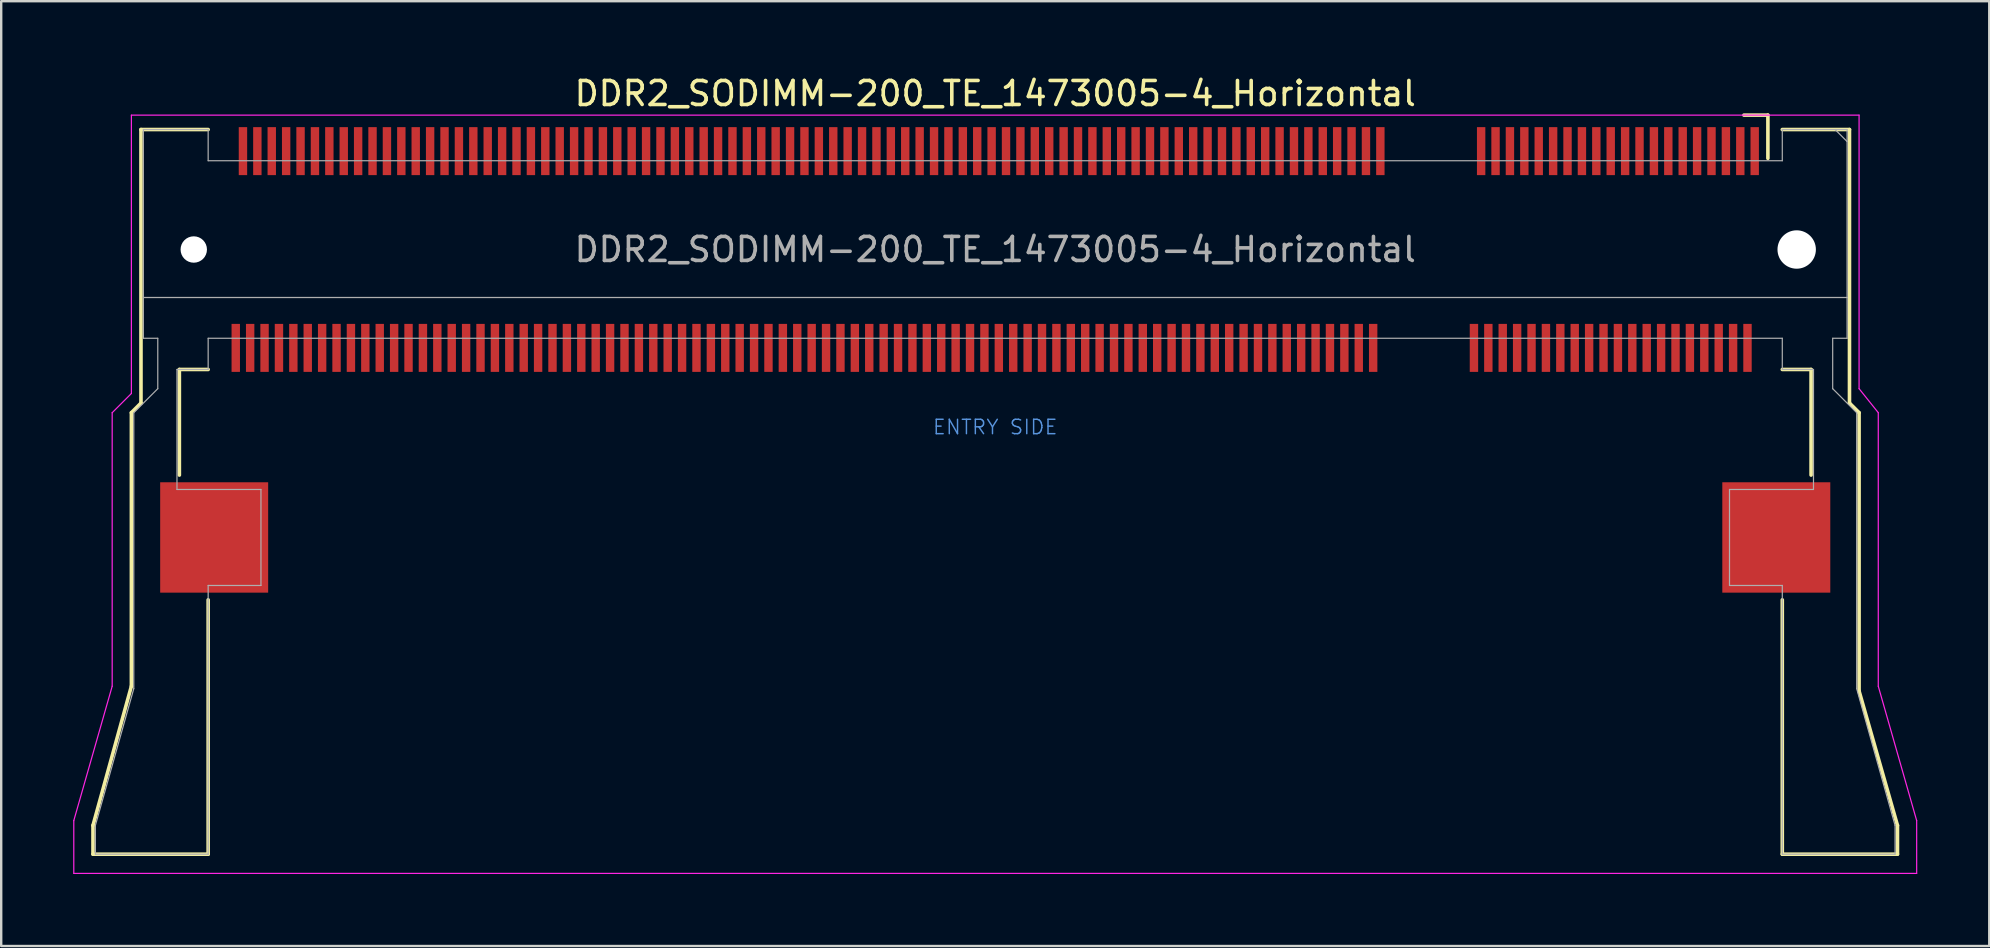
<source format=kicad_pcb>
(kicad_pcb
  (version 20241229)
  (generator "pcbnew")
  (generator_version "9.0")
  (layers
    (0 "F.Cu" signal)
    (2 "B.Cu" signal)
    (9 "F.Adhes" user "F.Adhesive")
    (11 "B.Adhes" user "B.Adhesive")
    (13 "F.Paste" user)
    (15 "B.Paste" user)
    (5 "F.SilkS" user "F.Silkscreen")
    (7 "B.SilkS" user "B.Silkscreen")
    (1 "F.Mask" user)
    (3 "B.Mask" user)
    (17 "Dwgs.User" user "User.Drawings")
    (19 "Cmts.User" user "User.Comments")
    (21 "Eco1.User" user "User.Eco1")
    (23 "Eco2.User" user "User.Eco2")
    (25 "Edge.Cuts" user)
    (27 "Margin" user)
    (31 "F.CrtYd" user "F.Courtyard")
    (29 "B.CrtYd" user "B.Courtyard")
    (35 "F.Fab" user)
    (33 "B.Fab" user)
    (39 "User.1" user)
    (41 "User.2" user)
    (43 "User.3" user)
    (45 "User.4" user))
  (footprint "DDR2_SODIMM-200_TE_1473005-4_Horizontal"
    (layer "F.Cu")
    (at 38.425 7.348)
    (property "Reference" "DDR2_SODIMM-200_TE_1473005-4_Horizontal" (at 0 -6.5 0) (layer "F.SilkS") (effects (font (size 1 1) (thickness 0.15))))
    (attr through_hole)
    (fp_line (start -37.6 24) (end -37.6 25.2) (stroke (width 0.15) (type solid)) (layer "F.SilkS"))
    (fp_line (start -37.6 25.2) (end -32.8 25.2) (stroke (width 0.15) (type solid)) (layer "F.SilkS"))
    (fp_line (start -36 6.8) (end -36 18.2) (stroke (width 0.15) (type solid)) (layer "F.SilkS"))
    (fp_line (start -36 18.2) (end -37.6 24) (stroke (width 0.15) (type solid)) (layer "F.SilkS"))
    (fp_line (start -35.6 -5) (end -35.6 6.4) (stroke (width 0.15) (type solid)) (layer "F.SilkS"))
    (fp_line (start -35.6 6.4) (end -36 6.8) (stroke (width 0.15) (type solid)) (layer "F.SilkS"))
    (fp_line (start -34 5) (end -32.8 5) (stroke (width 0.15) (type solid)) (layer "F.SilkS"))
    (fp_line (start -34 9.4) (end -34 5) (stroke (width 0.15) (type solid)) (layer "F.SilkS"))
    (fp_line (start -32.8 -5) (end -35.6 -5) (stroke (width 0.15) (type solid)) (layer "F.SilkS"))
    (fp_line (start -32.8 14.6) (end -32.8 25.2) (stroke (width 0.15) (type solid)) (layer "F.SilkS"))
    (fp_line (start 31.2 -5.6) (end 32.2 -5.6) (stroke (width 0.15) (type solid)) (layer "F.SilkS"))
    (fp_line (start 32.2 -5.6) (end 32.2 -3.8) (stroke (width 0.15) (type solid)) (layer "F.SilkS"))
    (fp_line (start 32.8 -5) (end 35.6 -5) (stroke (width 0.15) (type solid)) (layer "F.SilkS"))
    (fp_line (start 32.8 5) (end 34 5) (stroke (width 0.15) (type solid)) (layer "F.SilkS"))
    (fp_line (start 32.8 14.6) (end 32.8 25.2) (stroke (width 0.15) (type solid)) (layer "F.SilkS"))
    (fp_line (start 34 5) (end 34 9.4) (stroke (width 0.15) (type solid)) (layer "F.SilkS"))
    (fp_line (start 35.6 -5) (end 35.6 6.4) (stroke (width 0.15) (type solid)) (layer "F.SilkS"))
    (fp_line (start 35.6 6.4) (end 36 6.8) (stroke (width 0.15) (type solid)) (layer "F.SilkS"))
    (fp_line (start 36 6.8) (end 36 18.4) (stroke (width 0.15) (type solid)) (layer "F.SilkS"))
    (fp_line (start 36 18.4) (end 37.6 24) (stroke (width 0.15) (type solid)) (layer "F.SilkS"))
    (fp_line (start 37.6 24) (end 37.6 25.2) (stroke (width 0.15) (type solid)) (layer "F.SilkS"))
    (fp_line (start 37.6 25.2) (end 32.8 25.2) (stroke (width 0.15) (type solid)) (layer "F.SilkS"))
    (fp_line (start -38.4 23.8) (end -38.4 26) (stroke (width 0.05) (type solid)) (layer "F.CrtYd"))
    (fp_line (start -38.4 26) (end 38.4 26) (stroke (width 0.05) (type solid)) (layer "F.CrtYd"))
    (fp_line (start -36.8 6.8) (end -36.8 18.2) (stroke (width 0.05) (type solid)) (layer "F.CrtYd"))
    (fp_line (start -36.8 18.2) (end -38.4 23.8) (stroke (width 0.05) (type solid)) (layer "F.CrtYd"))
    (fp_line (start -36 -5.6) (end -36 6) (stroke (width 0.05) (type solid)) (layer "F.CrtYd"))
    (fp_line (start -36 6) (end -36.8 6.8) (stroke (width 0.05) (type solid)) (layer "F.CrtYd"))
    (fp_line (start 36 -5.6) (end -36 -5.6) (stroke (width 0.05) (type solid)) (layer "F.CrtYd"))
    (fp_line (start 36 -5.6) (end 36 5.8) (stroke (width 0.05) (type solid)) (layer "F.CrtYd"))
    (fp_line (start 36.8 6.8) (end 36 5.8) (stroke (width 0.05) (type solid)) (layer "F.CrtYd"))
    (fp_line (start 36.8 18.2) (end 36.8 6.8) (stroke (width 0.05) (type solid)) (layer "F.CrtYd"))
    (fp_line (start 38.4 23.8) (end 36.8 18.2) (stroke (width 0.05) (type solid)) (layer "F.CrtYd"))
    (fp_line (start 38.4 26) (end 38.4 23.8) (stroke (width 0.05) (type solid)) (layer "F.CrtYd"))
    (fp_line (start -37.5 25.2) (end -37.5 24) (stroke (width 0.05) (type solid)) (layer "F.Fab"))
    (fp_line (start -37.5 25.2) (end -32.8 25.2) (stroke (width 0.05) (type solid)) (layer "F.Fab"))
    (fp_line (start -35.9 18.3) (end -37.5 24) (stroke (width 0.05) (type solid)) (layer "F.Fab"))
    (fp_line (start -35.9 18.3) (end -35.9 6.8) (stroke (width 0.05) (type solid)) (layer "F.Fab"))
    (fp_line (start -35.5 -5) (end -32.8 -5) (stroke (width 0.05) (type solid)) (layer "F.Fab"))
    (fp_line (start -35.5 2) (end -35.5 -5) (stroke (width 0.05) (type solid)) (layer "F.Fab"))
    (fp_line (start -35.5 3.7) (end -35.5 2) (stroke (width 0.05) (type solid)) (layer "F.Fab"))
    (fp_line (start -34.9 3.7) (end -35.5 3.7) (stroke (width 0.05) (type solid)) (layer "F.Fab"))
    (fp_line (start -34.9 3.7) (end -34.9 5.8) (stroke (width 0.05) (type solid)) (layer "F.Fab"))
    (fp_line (start -34.9 5.8) (end -35.9 6.8) (stroke (width 0.05) (type solid)) (layer "F.Fab"))
    (fp_line (start -34.1 5) (end -34.1 10) (stroke (width 0.05) (type solid)) (layer "F.Fab"))
    (fp_line (start -34.1 5) (end -32.8 5) (stroke (width 0.05) (type solid)) (layer "F.Fab"))
    (fp_line (start -34.1 10) (end -30.6 10) (stroke (width 0.05) (type solid)) (layer "F.Fab"))
    (fp_line (start -32.8 -5) (end -32.8 -3.7) (stroke (width 0.05) (type solid)) (layer "F.Fab"))
    (fp_line (start -32.8 -3.7) (end 32.8 -3.7) (stroke (width 0.05) (type solid)) (layer "F.Fab"))
    (fp_line (start -32.8 5) (end -32.8 3.7) (stroke (width 0.05) (type solid)) (layer "F.Fab"))
    (fp_line (start -32.8 14) (end -32.8 25.2) (stroke (width 0.05) (type solid)) (layer "F.Fab"))
    (fp_line (start -30.6 10) (end -30.6 14) (stroke (width 0.05) (type solid)) (layer "F.Fab"))
    (fp_line (start -30.6 14) (end -32.8 14) (stroke (width 0.05) (type solid)) (layer "F.Fab"))
    (fp_line (start 30.6 10) (end 30.6 14) (stroke (width 0.05) (type solid)) (layer "F.Fab"))
    (fp_line (start 30.6 14) (end 32.8 14) (stroke (width 0.05) (type solid)) (layer "F.Fab"))
    (fp_line (start 32.8 -5) (end 32.8 -3.7) (stroke (width 0.05) (type solid)) (layer "F.Fab"))
    (fp_line (start 32.8 3.7) (end -32.8 3.7) (stroke (width 0.05) (type solid)) (layer "F.Fab"))
    (fp_line (start 32.8 3.7) (end 32.8 5) (stroke (width 0.05) (type solid)) (layer "F.Fab"))
    (fp_line (start 32.8 5) (end 34.1 5) (stroke (width 0.05) (type solid)) (layer "F.Fab"))
    (fp_line (start 32.8 14) (end 32.8 25.2) (stroke (width 0.05) (type solid)) (layer "F.Fab"))
    (fp_line (start 32.8 25.2) (end 37.5 25.2) (stroke (width 0.05) (type solid)) (layer "F.Fab"))
    (fp_line (start 34.1 5) (end 34.1 10) (stroke (width 0.05) (type solid)) (layer "F.Fab"))
    (fp_line (start 34.1 10) (end 30.6 10) (stroke (width 0.05) (type solid)) (layer "F.Fab"))
    (fp_line (start 34.9 5.8) (end 34.9 3.7) (stroke (width 0.05) (type solid)) (layer "F.Fab"))
    (fp_line (start 34.9 5.8) (end 35.9 6.8) (stroke (width 0.05) (type solid)) (layer "F.Fab"))
    (fp_line (start 35 -5) (end 35.5 -4.5) (stroke (width 0.05) (type solid)) (layer "F.Fab"))
    (fp_line (start 35.5 -5) (end 32.8 -5) (stroke (width 0.05) (type solid)) (layer "F.Fab"))
    (fp_line (start 35.5 -5) (end 35.5 2) (stroke (width 0.05) (type solid)) (layer "F.Fab"))
    (fp_line (start 35.5 2) (end -35.5 2) (stroke (width 0.05) (type solid)) (layer "F.Fab"))
    (fp_line (start 35.5 3.7) (end 34.9 3.7) (stroke (width 0.05) (type solid)) (layer "F.Fab"))
    (fp_line (start 35.5 3.7) (end 35.5 2) (stroke (width 0.05) (type solid)) (layer "F.Fab"))
    (fp_line (start 35.9 6.8) (end 35.9 18.3) (stroke (width 0.05) (type solid)) (layer "F.Fab"))
    (fp_line (start 37.5 24) (end 35.9 18.3) (stroke (width 0.05) (type solid)) (layer "F.Fab"))
    (fp_line (start 37.5 25.2) (end 37.5 24) (stroke (width 0.05) (type solid)) (layer "F.Fab"))
    (fp_text user "ENTRY SIDE" (at 0 7.4 0) (layer "Cmts.User") (effects (font (size 0.6 0.6) (thickness 0.06))))
    (fp_text user "${REFERENCE}" (at 0 0 0) (layer "F.Fab") (effects (font (size 1 1) (thickness 0.15))))
    (pad "" np_thru_hole circle (at -33.4 0 270) (size 1.1 1.1) (drill 1.1) (layers "*.Cu"))
    (pad "" smd rect (at -32.55 12 270) (size 4.6 4.5) (layers "F.Cu" "F.Mask" "F.Paste"))
    (pad "" smd rect (at 32.55 12 270) (size 4.6 4.5) (layers "F.Cu" "F.Mask" "F.Paste"))
    (pad "" np_thru_hole circle (at 33.4 0 270) (size 1.6 1.6) (drill 1.6) (layers "*.Cu"))
    (pad "1" smd rect (at 31.65 -4.1 270) (size 2 0.35) (layers "F.Cu" "F.Paste"))
    (pad "2" smd rect (at 31.35 4.1 270) (size 2 0.35) (layers "F.Cu" "F.Paste"))
    (pad "3" smd rect (at 31.05 -4.1 270) (size 2 0.35) (layers "F.Cu" "F.Paste"))
    (pad "4" smd rect (at 30.75 4.1 270) (size 2 0.35) (layers "F.Cu" "F.Paste"))
    (pad "5" smd rect (at 30.45 -4.1 270) (size 2 0.35) (layers "F.Cu" "F.Paste"))
    (pad "6" smd rect (at 30.15 4.1 270) (size 2 0.35) (layers "F.Cu" "F.Paste"))
    (pad "7" smd rect (at 29.85 -4.1 270) (size 2 0.35) (layers "F.Cu" "F.Paste"))
    (pad "8" smd rect (at 29.55 4.1 270) (size 2 0.35) (layers "F.Cu" "F.Paste"))
    (pad "9" smd rect (at 29.25 -4.1 270) (size 2 0.35) (layers "F.Cu" "F.Paste"))
    (pad "10" smd rect (at 28.95 4.1 270) (size 2 0.35) (layers "F.Cu" "F.Paste"))
    (pad "11" smd rect (at 28.65 -4.1 270) (size 2 0.35) (layers "F.Cu" "F.Paste"))
    (pad "12" smd rect (at 28.35 4.1 270) (size 2 0.35) (layers "F.Cu" "F.Paste"))
    (pad "13" smd rect (at 28.05 -4.1 270) (size 2 0.35) (layers "F.Cu" "F.Paste"))
    (pad "14" smd rect (at 27.75 4.1 270) (size 2 0.35) (layers "F.Cu" "F.Paste"))
    (pad "15" smd rect (at 27.45 -4.1 270) (size 2 0.35) (layers "F.Cu" "F.Paste"))
    (pad "16" smd rect (at 27.15 4.1 270) (size 2 0.35) (layers "F.Cu" "F.Paste"))
    (pad "17" smd rect (at 26.85 -4.1 270) (size 2 0.35) (layers "F.Cu" "F.Paste"))
    (pad "18" smd rect (at 26.55 4.1 270) (size 2 0.35) (layers "F.Cu" "F.Paste"))
    (pad "19" smd rect (at 26.25 -4.1 270) (size 2 0.35) (layers "F.Cu" "F.Paste"))
    (pad "20" smd rect (at 25.95 4.1 270) (size 2 0.35) (layers "F.Cu" "F.Paste"))
    (pad "21" smd rect (at 25.65 -4.1 270) (size 2 0.35) (layers "F.Cu" "F.Paste"))
    (pad "22" smd rect (at 25.35 4.1 270) (size 2 0.35) (layers "F.Cu" "F.Paste"))
    (pad "23" smd rect (at 25.05 -4.1 270) (size 2 0.35) (layers "F.Cu" "F.Paste"))
    (pad "24" smd rect (at 24.75 4.1 270) (size 2 0.35) (layers "F.Cu" "F.Paste"))
    (pad "25" smd rect (at 24.45 -4.1 270) (size 2 0.35) (layers "F.Cu" "F.Paste"))
    (pad "26" smd rect (at 24.15 4.1 270) (size 2 0.35) (layers "F.Cu" "F.Paste"))
    (pad "27" smd rect (at 23.85 -4.1 270) (size 2 0.35) (layers "F.Cu" "F.Paste"))
    (pad "28" smd rect (at 23.55 4.1 270) (size 2 0.35) (layers "F.Cu" "F.Paste"))
    (pad "29" smd rect (at 23.25 -4.1 270) (size 2 0.35) (layers "F.Cu" "F.Paste"))
    (pad "30" smd rect (at 22.95 4.1 270) (size 2 0.35) (layers "F.Cu" "F.Paste"))
    (pad "31" smd rect (at 22.65 -4.1 270) (size 2 0.35) (layers "F.Cu" "F.Paste"))
    (pad "32" smd rect (at 22.35 4.1 270) (size 2 0.35) (layers "F.Cu" "F.Paste"))
    (pad "33" smd rect (at 22.05 -4.1 270) (size 2 0.35) (layers "F.Cu" "F.Paste"))
    (pad "34" smd rect (at 21.75 4.1 270) (size 2 0.35) (layers "F.Cu" "F.Paste"))
    (pad "35" smd rect (at 21.45 -4.1 270) (size 2 0.35) (layers "F.Cu" "F.Paste"))
    (pad "36" smd rect (at 21.15 4.1 270) (size 2 0.35) (layers "F.Cu" "F.Paste"))
    (pad "37" smd rect (at 20.85 -4.1 270) (size 2 0.35) (layers "F.Cu" "F.Paste"))
    (pad "38" smd rect (at 20.55 4.1 270) (size 2 0.35) (layers "F.Cu" "F.Paste"))
    (pad "39" smd rect (at 20.25 -4.1 270) (size 2 0.35) (layers "F.Cu" "F.Paste"))
    (pad "40" smd rect (at 19.95 4.1 270) (size 2 0.35) (layers "F.Cu" "F.Paste"))
    (pad "41" smd rect (at 16.05 -4.1 270) (size 2 0.35) (layers "F.Cu" "F.Paste"))
    (pad "42" smd rect (at 15.75 4.1 270) (size 2 0.35) (layers "F.Cu" "F.Paste"))
    (pad "43" smd rect (at 15.45 -4.1 270) (size 2 0.35) (layers "F.Cu" "F.Paste"))
    (pad "44" smd rect (at 15.15 4.1 270) (size 2 0.35) (layers "F.Cu" "F.Paste"))
    (pad "45" smd rect (at 14.85 -4.1 270) (size 2 0.35) (layers "F.Cu" "F.Paste"))
    (pad "46" smd rect (at 14.55 4.1 270) (size 2 0.35) (layers "F.Cu" "F.Paste"))
    (pad "47" smd rect (at 14.25 -4.1 270) (size 2 0.35) (layers "F.Cu" "F.Paste"))
    (pad "48" smd rect (at 13.95 4.1 270) (size 2 0.35) (layers "F.Cu" "F.Paste"))
    (pad "49" smd rect (at 13.65 -4.1 270) (size 2 0.35) (layers "F.Cu" "F.Paste"))
    (pad "50" smd rect (at 13.35 4.1 270) (size 2 0.35) (layers "F.Cu" "F.Paste"))
    (pad "51" smd rect (at 13.05 -4.1 270) (size 2 0.35) (layers "F.Cu" "F.Paste"))
    (pad "52" smd rect (at 12.75 4.1 270) (size 2 0.35) (layers "F.Cu" "F.Paste"))
    (pad "53" smd rect (at 12.45 -4.1 270) (size 2 0.35) (layers "F.Cu" "F.Paste"))
    (pad "54" smd rect (at 12.15 4.1 270) (size 2 0.35) (layers "F.Cu" "F.Paste"))
    (pad "55" smd rect (at 11.85 -4.1 270) (size 2 0.35) (layers "F.Cu" "F.Paste"))
    (pad "56" smd rect (at 11.55 4.1 270) (size 2 0.35) (layers "F.Cu" "F.Paste"))
    (pad "57" smd rect (at 11.25 -4.1 270) (size 2 0.35) (layers "F.Cu" "F.Paste"))
    (pad "58" smd rect (at 10.95 4.1 270) (size 2 0.35) (layers "F.Cu" "F.Paste"))
    (pad "59" smd rect (at 10.65 -4.1 270) (size 2 0.35) (layers "F.Cu" "F.Paste"))
    (pad "60" smd rect (at 10.35 4.1 270) (size 2 0.35) (layers "F.Cu" "F.Paste"))
    (pad "61" smd rect (at 10.05 -4.1 270) (size 2 0.35) (layers "F.Cu" "F.Paste"))
    (pad "62" smd rect (at 9.75 4.1 270) (size 2 0.35) (layers "F.Cu" "F.Paste"))
    (pad "63" smd rect (at 9.45 -4.1 270) (size 2 0.35) (layers "F.Cu" "F.Paste"))
    (pad "64" smd rect (at 9.15 4.1 270) (size 2 0.35) (layers "F.Cu" "F.Paste"))
    (pad "65" smd rect (at 8.85 -4.1 270) (size 2 0.35) (layers "F.Cu" "F.Paste"))
    (pad "66" smd rect (at 8.55 4.1 270) (size 2 0.35) (layers "F.Cu" "F.Paste"))
    (pad "67" smd rect (at 8.25 -4.1 270) (size 2 0.35) (layers "F.Cu" "F.Paste"))
    (pad "68" smd rect (at 7.95 4.1 270) (size 2 0.35) (layers "F.Cu" "F.Paste"))
    (pad "69" smd rect (at 7.65 -4.1 270) (size 2 0.35) (layers "F.Cu" "F.Paste"))
    (pad "70" smd rect (at 7.35 4.1 270) (size 2 0.35) (layers "F.Cu" "F.Paste"))
    (pad "71" smd rect (at 7.05 -4.1 270) (size 2 0.35) (layers "F.Cu" "F.Paste"))
    (pad "72" smd rect (at 6.75 4.1 270) (size 2 0.35) (layers "F.Cu" "F.Paste"))
    (pad "73" smd rect (at 6.45 -4.1 270) (size 2 0.35) (layers "F.Cu" "F.Paste"))
    (pad "74" smd rect (at 6.15 4.1 270) (size 2 0.35) (layers "F.Cu" "F.Paste"))
    (pad "75" smd rect (at 5.85 -4.1 270) (size 2 0.35) (layers "F.Cu" "F.Paste"))
    (pad "76" smd rect (at 5.55 4.1 270) (size 2 0.35) (layers "F.Cu" "F.Paste"))
    (pad "77" smd rect (at 5.25 -4.1 270) (size 2 0.35) (layers "F.Cu" "F.Paste"))
    (pad "78" smd rect (at 4.95 4.1 270) (size 2 0.35) (layers "F.Cu" "F.Paste"))
    (pad "79" smd rect (at 4.65 -4.1 270) (size 2 0.35) (layers "F.Cu" "F.Paste"))
    (pad "80" smd rect (at 4.35 4.1 270) (size 2 0.35) (layers "F.Cu" "F.Paste"))
    (pad "81" smd rect (at 4.05 -4.1 270) (size 2 0.35) (layers "F.Cu" "F.Paste"))
    (pad "82" smd rect (at 3.75 4.1 270) (size 2 0.35) (layers "F.Cu" "F.Paste"))
    (pad "83" smd rect (at 3.45 -4.1 270) (size 2 0.35) (layers "F.Cu" "F.Paste"))
    (pad "84" smd rect (at 3.15 4.1 270) (size 2 0.35) (layers "F.Cu" "F.Paste"))
    (pad "85" smd rect (at 2.85 -4.1 270) (size 2 0.35) (layers "F.Cu" "F.Paste"))
    (pad "86" smd rect (at 2.55 4.1 270) (size 2 0.35) (layers "F.Cu" "F.Paste"))
    (pad "87" smd rect (at 2.25 -4.1 270) (size 2 0.35) (layers "F.Cu" "F.Paste"))
    (pad "88" smd rect (at 1.95 4.1 270) (size 2 0.35) (layers "F.Cu" "F.Paste"))
    (pad "89" smd rect (at 1.65 -4.1 270) (size 2 0.35) (layers "F.Cu" "F.Paste"))
    (pad "90" smd rect (at 1.35 4.1 270) (size 2 0.35) (layers "F.Cu" "F.Paste"))
    (pad "91" smd rect (at 1.05 -4.1 270) (size 2 0.35) (layers "F.Cu" "F.Paste"))
    (pad "92" smd rect (at 0.75 4.1 270) (size 2 0.35) (layers "F.Cu" "F.Paste"))
    (pad "93" smd rect (at 0.45 -4.1 270) (size 2 0.35) (layers "F.Cu" "F.Paste"))
    (pad "94" smd rect (at 0.15 4.1 270) (size 2 0.35) (layers "F.Cu" "F.Paste"))
    (pad "95" smd rect (at -0.15 -4.1 270) (size 2 0.35) (layers "F.Cu" "F.Paste"))
    (pad "96" smd rect (at -0.45 4.1 270) (size 2 0.35) (layers "F.Cu" "F.Paste"))
    (pad "97" smd rect (at -0.75 -4.1 270) (size 2 0.35) (layers "F.Cu" "F.Paste"))
    (pad "98" smd rect (at -1.05 4.1 270) (size 2 0.35) (layers "F.Cu" "F.Paste"))
    (pad "99" smd rect (at -1.35 -4.1 270) (size 2 0.35) (layers "F.Cu" "F.Paste"))
    (pad "100" smd rect (at -1.65 4.1 270) (size 2 0.35) (layers "F.Cu" "F.Paste"))
    (pad "101" smd rect (at -1.95 -4.1 270) (size 2 0.35) (layers "F.Cu" "F.Paste"))
    (pad "102" smd rect (at -2.25 4.1 270) (size 2 0.35) (layers "F.Cu" "F.Paste"))
    (pad "103" smd rect (at -2.55 -4.1 270) (size 2 0.35) (layers "F.Cu" "F.Paste"))
    (pad "104" smd rect (at -2.85 4.1 270) (size 2 0.35) (layers "F.Cu" "F.Paste"))
    (pad "105" smd rect (at -3.15 -4.1 270) (size 2 0.35) (layers "F.Cu" "F.Paste"))
    (pad "106" smd rect (at -3.45 4.1 270) (size 2 0.35) (layers "F.Cu" "F.Paste"))
    (pad "107" smd rect (at -3.75 -4.1 270) (size 2 0.35) (layers "F.Cu" "F.Paste"))
    (pad "108" smd rect (at -4.05 4.1 270) (size 2 0.35) (layers "F.Cu" "F.Paste"))
    (pad "109" smd rect (at -4.35 -4.1 270) (size 2 0.35) (layers "F.Cu" "F.Paste"))
    (pad "110" smd rect (at -4.65 4.1 270) (size 2 0.35) (layers "F.Cu" "F.Paste"))
    (pad "111" smd rect (at -4.95 -4.1 270) (size 2 0.35) (layers "F.Cu" "F.Paste"))
    (pad "112" smd rect (at -5.25 4.1 270) (size 2 0.35) (layers "F.Cu" "F.Paste"))
    (pad "113" smd rect (at -5.55 -4.1 270) (size 2 0.35) (layers "F.Cu" "F.Paste"))
    (pad "114" smd rect (at -5.85 4.1 270) (size 2 0.35) (layers "F.Cu" "F.Paste"))
    (pad "115" smd rect (at -6.15 -4.1 270) (size 2 0.35) (layers "F.Cu" "F.Paste"))
    (pad "116" smd rect (at -6.45 4.1 270) (size 2 0.35) (layers "F.Cu" "F.Paste"))
    (pad "117" smd rect (at -6.75 -4.1 270) (size 2 0.35) (layers "F.Cu" "F.Paste"))
    (pad "118" smd rect (at -7.05 4.1 270) (size 2 0.35) (layers "F.Cu" "F.Paste"))
    (pad "119" smd rect (at -7.35 -4.1 270) (size 2 0.35) (layers "F.Cu" "F.Paste"))
    (pad "120" smd rect (at -7.65 4.1 270) (size 2 0.35) (layers "F.Cu" "F.Paste"))
    (pad "121" smd rect (at -7.95 -4.1 270) (size 2 0.35) (layers "F.Cu" "F.Paste"))
    (pad "122" smd rect (at -8.25 4.1 270) (size 2 0.35) (layers "F.Cu" "F.Paste"))
    (pad "123" smd rect (at -8.55 -4.1 270) (size 2 0.35) (layers "F.Cu" "F.Paste"))
    (pad "124" smd rect (at -8.85 4.1 270) (size 2 0.35) (layers "F.Cu" "F.Paste"))
    (pad "125" smd rect (at -9.15 -4.1 270) (size 2 0.35) (layers "F.Cu" "F.Paste"))
    (pad "126" smd rect (at -9.45 4.1 270) (size 2 0.35) (layers "F.Cu" "F.Paste"))
    (pad "127" smd rect (at -9.75 -4.1 270) (size 2 0.35) (layers "F.Cu" "F.Paste"))
    (pad "128" smd rect (at -10.05 4.1 270) (size 2 0.35) (layers "F.Cu" "F.Paste"))
    (pad "129" smd rect (at -10.35 -4.1 270) (size 2 0.35) (layers "F.Cu" "F.Paste"))
    (pad "130" smd rect (at -10.65 4.1 270) (size 2 0.35) (layers "F.Cu" "F.Paste"))
    (pad "131" smd rect (at -10.95 -4.1 270) (size 2 0.35) (layers "F.Cu" "F.Paste"))
    (pad "132" smd rect (at -11.25 4.1 270) (size 2 0.35) (layers "F.Cu" "F.Paste"))
    (pad "133" smd rect (at -11.55 -4.1 270) (size 2 0.35) (layers "F.Cu" "F.Paste"))
    (pad "134" smd rect (at -11.85 4.1 270) (size 2 0.35) (layers "F.Cu" "F.Paste"))
    (pad "135" smd rect (at -12.15 -4.1 270) (size 2 0.35) (layers "F.Cu" "F.Paste"))
    (pad "136" smd rect (at -12.45 4.1 270) (size 2 0.35) (layers "F.Cu" "F.Paste"))
    (pad "137" smd rect (at -12.75 -4.1 270) (size 2 0.35) (layers "F.Cu" "F.Paste"))
    (pad "138" smd rect (at -13.05 4.1 270) (size 2 0.35) (layers "F.Cu" "F.Paste"))
    (pad "139" smd rect (at -13.35 -4.1 270) (size 2 0.35) (layers "F.Cu" "F.Paste"))
    (pad "140" smd rect (at -13.65 4.1 270) (size 2 0.35) (layers "F.Cu" "F.Paste"))
    (pad "141" smd rect (at -13.95 -4.1 270) (size 2 0.35) (layers "F.Cu" "F.Paste"))
    (pad "142" smd rect (at -14.25 4.1 270) (size 2 0.35) (layers "F.Cu" "F.Paste"))
    (pad "143" smd rect (at -14.55 -4.1 270) (size 2 0.35) (layers "F.Cu" "F.Paste"))
    (pad "144" smd rect (at -14.85 4.1 270) (size 2 0.35) (layers "F.Cu" "F.Paste"))
    (pad "145" smd rect (at -15.15 -4.1 270) (size 2 0.35) (layers "F.Cu" "F.Paste"))
    (pad "146" smd rect (at -15.45 4.1 270) (size 2 0.35) (layers "F.Cu" "F.Paste"))
    (pad "147" smd rect (at -15.75 -4.1 270) (size 2 0.35) (layers "F.Cu" "F.Paste"))
    (pad "148" smd rect (at -16.05 4.1 270) (size 2 0.35) (layers "F.Cu" "F.Paste"))
    (pad "149" smd rect (at -16.35 -4.1 270) (size 2 0.35) (layers "F.Cu" "F.Paste"))
    (pad "150" smd rect (at -16.65 4.1 270) (size 2 0.35) (layers "F.Cu" "F.Paste"))
    (pad "151" smd rect (at -16.95 -4.1 270) (size 2 0.35) (layers "F.Cu" "F.Paste"))
    (pad "152" smd rect (at -17.25 4.1 270) (size 2 0.35) (layers "F.Cu" "F.Paste"))
    (pad "153" smd rect (at -17.55 -4.1 270) (size 2 0.35) (layers "F.Cu" "F.Paste"))
    (pad "154" smd rect (at -17.85 4.1 270) (size 2 0.35) (layers "F.Cu" "F.Paste"))
    (pad "155" smd rect (at -18.15 -4.1 270) (size 2 0.35) (layers "F.Cu" "F.Paste"))
    (pad "156" smd rect (at -18.45 4.1 270) (size 2 0.35) (layers "F.Cu" "F.Paste"))
    (pad "157" smd rect (at -18.75 -4.1 270) (size 2 0.35) (layers "F.Cu" "F.Paste"))
    (pad "158" smd rect (at -19.05 4.1 270) (size 2 0.35) (layers "F.Cu" "F.Paste"))
    (pad "159" smd rect (at -19.35 -4.1 270) (size 2 0.35) (layers "F.Cu" "F.Paste"))
    (pad "160" smd rect (at -19.65 4.1 270) (size 2 0.35) (layers "F.Cu" "F.Paste"))
    (pad "161" smd rect (at -19.95 -4.1 270) (size 2 0.35) (layers "F.Cu" "F.Paste"))
    (pad "162" smd rect (at -20.25 4.1 270) (size 2 0.35) (layers "F.Cu" "F.Paste"))
    (pad "163" smd rect (at -20.55 -4.1 270) (size 2 0.35) (layers "F.Cu" "F.Paste"))
    (pad "164" smd rect (at -20.85 4.1 270) (size 2 0.35) (layers "F.Cu" "F.Paste"))
    (pad "165" smd rect (at -21.15 -4.1 270) (size 2 0.35) (layers "F.Cu" "F.Paste"))
    (pad "166" smd rect (at -21.45 4.1 270) (size 2 0.35) (layers "F.Cu" "F.Paste"))
    (pad "167" smd rect (at -21.75 -4.1 270) (size 2 0.35) (layers "F.Cu" "F.Paste"))
    (pad "168" smd rect (at -22.05 4.1 270) (size 2 0.35) (layers "F.Cu" "F.Paste"))
    (pad "169" smd rect (at -22.35 -4.1 270) (size 2 0.35) (layers "F.Cu" "F.Paste"))
    (pad "170" smd rect (at -22.65 4.1 270) (size 2 0.35) (layers "F.Cu" "F.Paste"))
    (pad "171" smd rect (at -22.95 -4.1 270) (size 2 0.35) (layers "F.Cu" "F.Paste"))
    (pad "172" smd rect (at -23.25 4.1 270) (size 2 0.35) (layers "F.Cu" "F.Paste"))
    (pad "173" smd rect (at -23.55 -4.1 270) (size 2 0.35) (layers "F.Cu" "F.Paste"))
    (pad "174" smd rect (at -23.85 4.1 270) (size 2 0.35) (layers "F.Cu" "F.Paste"))
    (pad "175" smd rect (at -24.15 -4.1 270) (size 2 0.35) (layers "F.Cu" "F.Paste"))
    (pad "176" smd rect (at -24.45 4.1 270) (size 2 0.35) (layers "F.Cu" "F.Paste"))
    (pad "177" smd rect (at -24.75 -4.1 270) (size 2 0.35) (layers "F.Cu" "F.Paste"))
    (pad "178" smd rect (at -25.05 4.1 270) (size 2 0.35) (layers "F.Cu" "F.Paste"))
    (pad "179" smd rect (at -25.35 -4.1 270) (size 2 0.35) (layers "F.Cu" "F.Paste"))
    (pad "180" smd rect (at -25.65 4.1 270) (size 2 0.35) (layers "F.Cu" "F.Paste"))
    (pad "181" smd rect (at -25.95 -4.1 270) (size 2 0.35) (layers "F.Cu" "F.Paste"))
    (pad "182" smd rect (at -26.25 4.1 270) (size 2 0.35) (layers "F.Cu" "F.Paste"))
    (pad "183" smd rect (at -26.55 -4.1 270) (size 2 0.35) (layers "F.Cu" "F.Paste"))
    (pad "184" smd rect (at -26.85 4.1 270) (size 2 0.35) (layers "F.Cu" "F.Paste"))
    (pad "185" smd rect (at -27.15 -4.1 270) (size 2 0.35) (layers "F.Cu" "F.Paste"))
    (pad "186" smd rect (at -27.45 4.1 270) (size 2 0.35) (layers "F.Cu" "F.Paste"))
    (pad "187" smd rect (at -27.75 -4.1 270) (size 2 0.35) (layers "F.Cu" "F.Paste"))
    (pad "188" smd rect (at -28.05 4.1 270) (size 2 0.35) (layers "F.Cu" "F.Paste"))
    (pad "189" smd rect (at -28.35 -4.1 270) (size 2 0.35) (layers "F.Cu" "F.Paste"))
    (pad "190" smd rect (at -28.65 4.1 270) (size 2 0.35) (layers "F.Cu" "F.Paste"))
    (pad "191" smd rect (at -28.95 -4.1 270) (size 2 0.35) (layers "F.Cu" "F.Paste"))
    (pad "192" smd rect (at -29.25 4.1 270) (size 2 0.35) (layers "F.Cu" "F.Paste"))
    (pad "193" smd rect (at -29.55 -4.1 270) (size 2 0.35) (layers "F.Cu" "F.Paste"))
    (pad "194" smd rect (at -29.85 4.1 270) (size 2 0.35) (layers "F.Cu" "F.Paste"))
    (pad "195" smd rect (at -30.15 -4.1 270) (size 2 0.35) (layers "F.Cu" "F.Paste"))
    (pad "196" smd rect (at -30.45 4.1 270) (size 2 0.35) (layers "F.Cu" "F.Paste"))
    (pad "197" smd rect (at -30.75 -4.1 270) (size 2 0.35) (layers "F.Cu" "F.Paste"))
    (pad "198" smd rect (at -31.05 4.1 270) (size 2 0.35) (layers "F.Cu" "F.Paste"))
    (pad "199" smd rect (at -31.35 -4.1 270) (size 2 0.35) (layers "F.Cu" "F.Paste"))
    (pad "200" smd rect (at -31.65 4.1 270) (size 2 0.35) (layers "F.Cu" "F.Paste")))
  (gr_rect
    (start -3 -3)
    (end 79.85 36.373)
    (stroke (width 0.1) (type default))
    (fill no)
    (layer "Edge.Cuts")))
</source>
